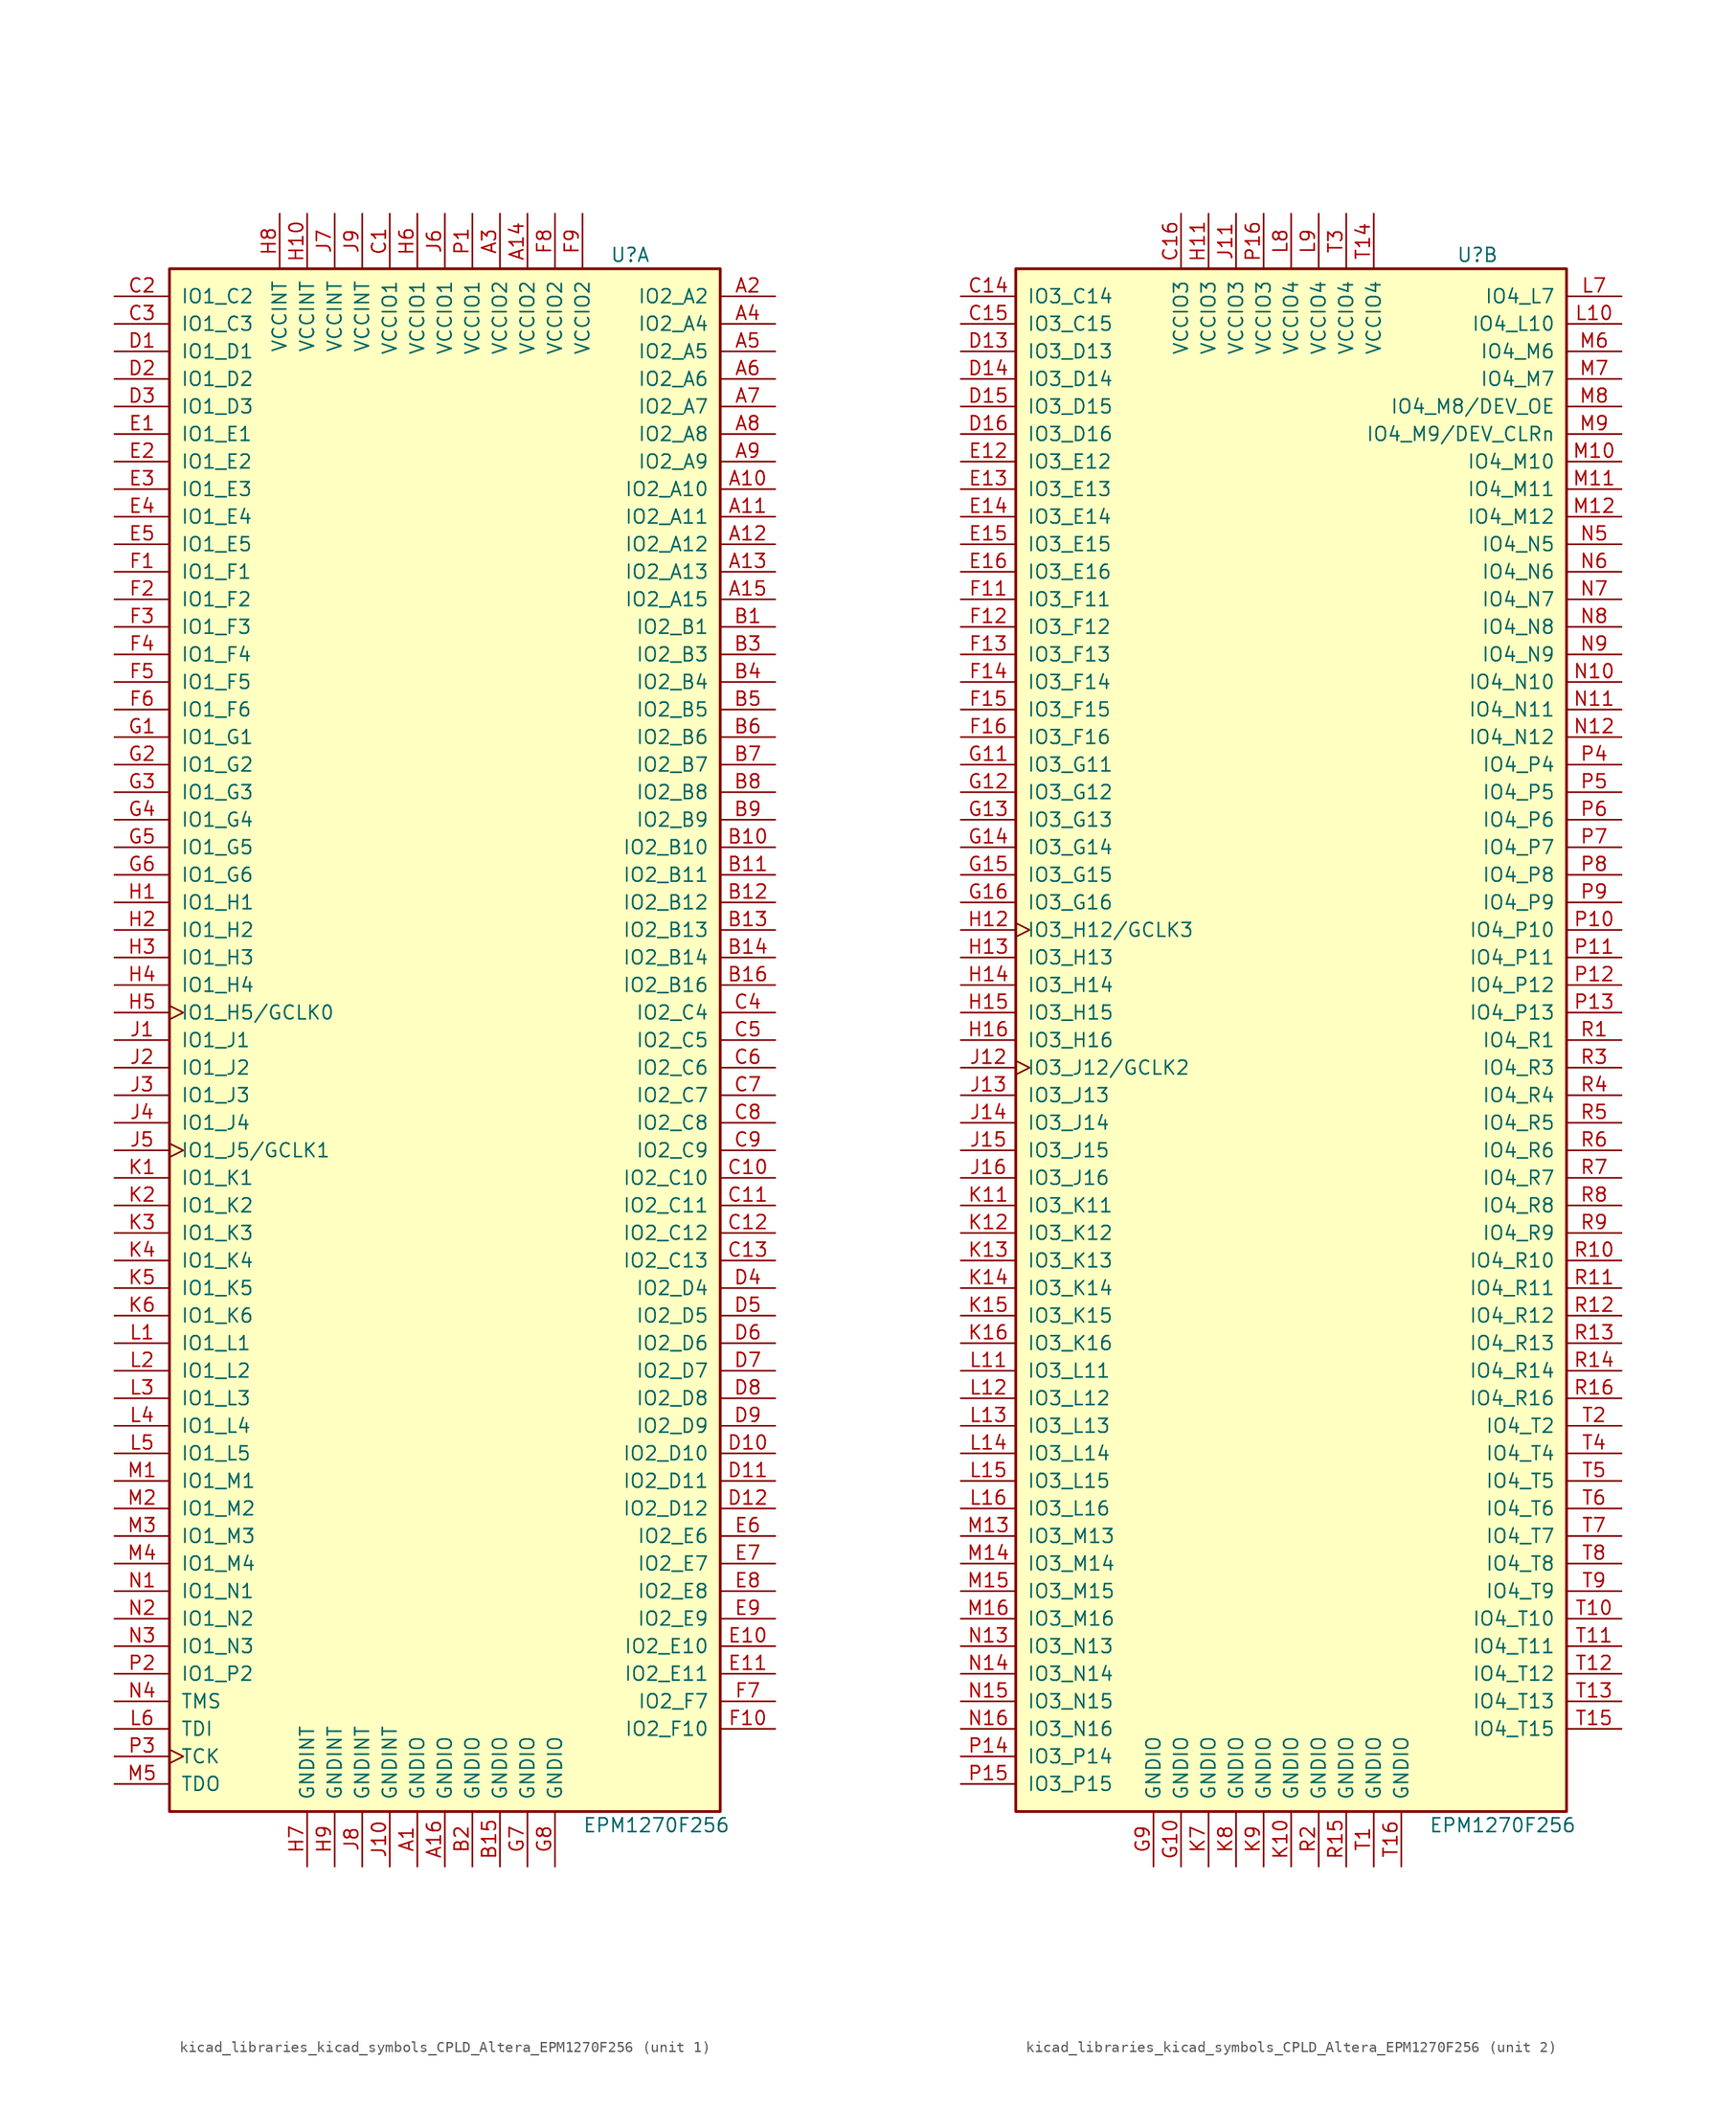
<source format=kicad_sym>
(kicad_symbol_lib
  (version 20220914)
  (generator kicad_symbol_editor)
  (symbol "kicad_libraries_kicad_symbols_CPLD_Altera_EPM1270F256"
    (pin_names
      (offset 1.016))
    (property "Reference" "U"
      (at 15.24 72.39 0)
      (effects (font (size 1.27 1.27)) (justify left)))
    (property "Value" "EPM1270F256"
      (at 12.7 -72.39 0)
      (effects (font (size 1.27 1.27)) (justify left)))
    (property "ki_locked" ""
      (at 0 0 0)
      (effects (font (size 1.27 1.27))))
    (symbol "kicad_libraries_kicad_symbols_CPLD_Altera_EPM1270F256_1_1"
      (rectangle (start -25.4 71.12) (end 25.4 -71.12) (stroke (width 0.254) (type default)) (fill (type background)))
      (pin power_in line (at -2.54 -76.2 90) (length 5.08) (name "GNDIO" (effects (font (size 1.27 1.27)))) (number "A1" (effects (font (size 1.27 1.27)))))
      (pin bidirectional line (at 30.48 50.8 180) (length 5.08) (name "IO2_A10" (effects (font (size 1.27 1.27)))) (number "A10" (effects (font (size 1.27 1.27)))))
      (pin bidirectional line (at 30.48 48.26 180) (length 5.08) (name "IO2_A11" (effects (font (size 1.27 1.27)))) (number "A11" (effects (font (size 1.27 1.27)))))
      (pin bidirectional line (at 30.48 45.72 180) (length 5.08) (name "IO2_A12" (effects (font (size 1.27 1.27)))) (number "A12" (effects (font (size 1.27 1.27)))))
      (pin bidirectional line (at 30.48 43.18 180) (length 5.08) (name "IO2_A13" (effects (font (size 1.27 1.27)))) (number "A13" (effects (font (size 1.27 1.27)))))
      (pin power_in line (at 7.62 76.2 270) (length 5.08) (name "VCCIO2" (effects (font (size 1.27 1.27)))) (number "A14" (effects (font (size 1.27 1.27)))))
      (pin bidirectional line (at 30.48 40.64 180) (length 5.08) (name "IO2_A15" (effects (font (size 1.27 1.27)))) (number "A15" (effects (font (size 1.27 1.27)))))
      (pin power_in line (at 0 -76.2 90) (length 5.08) (name "GNDIO" (effects (font (size 1.27 1.27)))) (number "A16" (effects (font (size 1.27 1.27)))))
      (pin bidirectional line (at 30.48 68.58 180) (length 5.08) (name "IO2_A2" (effects (font (size 1.27 1.27)))) (number "A2" (effects (font (size 1.27 1.27)))))
      (pin power_in line (at 5.08 76.2 270) (length 5.08) (name "VCCIO2" (effects (font (size 1.27 1.27)))) (number "A3" (effects (font (size 1.27 1.27)))))
      (pin bidirectional line (at 30.48 66.04 180) (length 5.08) (name "IO2_A4" (effects (font (size 1.27 1.27)))) (number "A4" (effects (font (size 1.27 1.27)))))
      (pin bidirectional line (at 30.48 63.5 180) (length 5.08) (name "IO2_A5" (effects (font (size 1.27 1.27)))) (number "A5" (effects (font (size 1.27 1.27)))))
      (pin bidirectional line (at 30.48 60.96 180) (length 5.08) (name "IO2_A6" (effects (font (size 1.27 1.27)))) (number "A6" (effects (font (size 1.27 1.27)))))
      (pin bidirectional line (at 30.48 58.42 180) (length 5.08) (name "IO2_A7" (effects (font (size 1.27 1.27)))) (number "A7" (effects (font (size 1.27 1.27)))))
      (pin bidirectional line (at 30.48 55.88 180) (length 5.08) (name "IO2_A8" (effects (font (size 1.27 1.27)))) (number "A8" (effects (font (size 1.27 1.27)))))
      (pin bidirectional line (at 30.48 53.34 180) (length 5.08) (name "IO2_A9" (effects (font (size 1.27 1.27)))) (number "A9" (effects (font (size 1.27 1.27)))))
      (pin bidirectional line (at 30.48 38.1 180) (length 5.08) (name "IO2_B1" (effects (font (size 1.27 1.27)))) (number "B1" (effects (font (size 1.27 1.27)))))
      (pin bidirectional line (at 30.48 17.78 180) (length 5.08) (name "IO2_B10" (effects (font (size 1.27 1.27)))) (number "B10" (effects (font (size 1.27 1.27)))))
      (pin bidirectional line (at 30.48 15.24 180) (length 5.08) (name "IO2_B11" (effects (font (size 1.27 1.27)))) (number "B11" (effects (font (size 1.27 1.27)))))
      (pin bidirectional line (at 30.48 12.7 180) (length 5.08) (name "IO2_B12" (effects (font (size 1.27 1.27)))) (number "B12" (effects (font (size 1.27 1.27)))))
      (pin bidirectional line (at 30.48 10.16 180) (length 5.08) (name "IO2_B13" (effects (font (size 1.27 1.27)))) (number "B13" (effects (font (size 1.27 1.27)))))
      (pin bidirectional line (at 30.48 7.62 180) (length 5.08) (name "IO2_B14" (effects (font (size 1.27 1.27)))) (number "B14" (effects (font (size 1.27 1.27)))))
      (pin power_in line (at 5.08 -76.2 90) (length 5.08) (name "GNDIO" (effects (font (size 1.27 1.27)))) (number "B15" (effects (font (size 1.27 1.27)))))
      (pin bidirectional line (at 30.48 5.08 180) (length 5.08) (name "IO2_B16" (effects (font (size 1.27 1.27)))) (number "B16" (effects (font (size 1.27 1.27)))))
      (pin power_in line (at 2.54 -76.2 90) (length 5.08) (name "GNDIO" (effects (font (size 1.27 1.27)))) (number "B2" (effects (font (size 1.27 1.27)))))
      (pin bidirectional line (at 30.48 35.56 180) (length 5.08) (name "IO2_B3" (effects (font (size 1.27 1.27)))) (number "B3" (effects (font (size 1.27 1.27)))))
      (pin bidirectional line (at 30.48 33.02 180) (length 5.08) (name "IO2_B4" (effects (font (size 1.27 1.27)))) (number "B4" (effects (font (size 1.27 1.27)))))
      (pin bidirectional line (at 30.48 30.48 180) (length 5.08) (name "IO2_B5" (effects (font (size 1.27 1.27)))) (number "B5" (effects (font (size 1.27 1.27)))))
      (pin bidirectional line (at 30.48 27.94 180) (length 5.08) (name "IO2_B6" (effects (font (size 1.27 1.27)))) (number "B6" (effects (font (size 1.27 1.27)))))
      (pin bidirectional line (at 30.48 25.4 180) (length 5.08) (name "IO2_B7" (effects (font (size 1.27 1.27)))) (number "B7" (effects (font (size 1.27 1.27)))))
      (pin bidirectional line (at 30.48 22.86 180) (length 5.08) (name "IO2_B8" (effects (font (size 1.27 1.27)))) (number "B8" (effects (font (size 1.27 1.27)))))
      (pin bidirectional line (at 30.48 20.32 180) (length 5.08) (name "IO2_B9" (effects (font (size 1.27 1.27)))) (number "B9" (effects (font (size 1.27 1.27)))))
      (pin power_in line (at -5.08 76.2 270) (length 5.08) (name "VCCIO1" (effects (font (size 1.27 1.27)))) (number "C1" (effects (font (size 1.27 1.27)))))
      (pin bidirectional line (at 30.48 -12.7 180) (length 5.08) (name "IO2_C10" (effects (font (size 1.27 1.27)))) (number "C10" (effects (font (size 1.27 1.27)))))
      (pin bidirectional line (at 30.48 -15.24 180) (length 5.08) (name "IO2_C11" (effects (font (size 1.27 1.27)))) (number "C11" (effects (font (size 1.27 1.27)))))
      (pin bidirectional line (at 30.48 -17.78 180) (length 5.08) (name "IO2_C12" (effects (font (size 1.27 1.27)))) (number "C12" (effects (font (size 1.27 1.27)))))
      (pin bidirectional line (at 30.48 -20.32 180) (length 5.08) (name "IO2_C13" (effects (font (size 1.27 1.27)))) (number "C13" (effects (font (size 1.27 1.27)))))
      (pin bidirectional line (at -30.48 68.58 0) (length 5.08) (name "IO1_C2" (effects (font (size 1.27 1.27)))) (number "C2" (effects (font (size 1.27 1.27)))))
      (pin bidirectional line (at -30.48 66.04 0) (length 5.08) (name "IO1_C3" (effects (font (size 1.27 1.27)))) (number "C3" (effects (font (size 1.27 1.27)))))
      (pin bidirectional line (at 30.48 2.54 180) (length 5.08) (name "IO2_C4" (effects (font (size 1.27 1.27)))) (number "C4" (effects (font (size 1.27 1.27)))))
      (pin bidirectional line (at 30.48 0 180) (length 5.08) (name "IO2_C5" (effects (font (size 1.27 1.27)))) (number "C5" (effects (font (size 1.27 1.27)))))
      (pin bidirectional line (at 30.48 -2.54 180) (length 5.08) (name "IO2_C6" (effects (font (size 1.27 1.27)))) (number "C6" (effects (font (size 1.27 1.27)))))
      (pin bidirectional line (at 30.48 -5.08 180) (length 5.08) (name "IO2_C7" (effects (font (size 1.27 1.27)))) (number "C7" (effects (font (size 1.27 1.27)))))
      (pin bidirectional line (at 30.48 -7.62 180) (length 5.08) (name "IO2_C8" (effects (font (size 1.27 1.27)))) (number "C8" (effects (font (size 1.27 1.27)))))
      (pin bidirectional line (at 30.48 -10.16 180) (length 5.08) (name "IO2_C9" (effects (font (size 1.27 1.27)))) (number "C9" (effects (font (size 1.27 1.27)))))
      (pin bidirectional line (at -30.48 63.5 0) (length 5.08) (name "IO1_D1" (effects (font (size 1.27 1.27)))) (number "D1" (effects (font (size 1.27 1.27)))))
      (pin bidirectional line (at 30.48 -38.1 180) (length 5.08) (name "IO2_D10" (effects (font (size 1.27 1.27)))) (number "D10" (effects (font (size 1.27 1.27)))))
      (pin bidirectional line (at 30.48 -40.64 180) (length 5.08) (name "IO2_D11" (effects (font (size 1.27 1.27)))) (number "D11" (effects (font (size 1.27 1.27)))))
      (pin bidirectional line (at 30.48 -43.18 180) (length 5.08) (name "IO2_D12" (effects (font (size 1.27 1.27)))) (number "D12" (effects (font (size 1.27 1.27)))))
      (pin bidirectional line (at -30.48 60.96 0) (length 5.08) (name "IO1_D2" (effects (font (size 1.27 1.27)))) (number "D2" (effects (font (size 1.27 1.27)))))
      (pin bidirectional line (at -30.48 58.42 0) (length 5.08) (name "IO1_D3" (effects (font (size 1.27 1.27)))) (number "D3" (effects (font (size 1.27 1.27)))))
      (pin bidirectional line (at 30.48 -22.86 180) (length 5.08) (name "IO2_D4" (effects (font (size 1.27 1.27)))) (number "D4" (effects (font (size 1.27 1.27)))))
      (pin bidirectional line (at 30.48 -25.4 180) (length 5.08) (name "IO2_D5" (effects (font (size 1.27 1.27)))) (number "D5" (effects (font (size 1.27 1.27)))))
      (pin bidirectional line (at 30.48 -27.94 180) (length 5.08) (name "IO2_D6" (effects (font (size 1.27 1.27)))) (number "D6" (effects (font (size 1.27 1.27)))))
      (pin bidirectional line (at 30.48 -30.48 180) (length 5.08) (name "IO2_D7" (effects (font (size 1.27 1.27)))) (number "D7" (effects (font (size 1.27 1.27)))))
      (pin bidirectional line (at 30.48 -33.02 180) (length 5.08) (name "IO2_D8" (effects (font (size 1.27 1.27)))) (number "D8" (effects (font (size 1.27 1.27)))))
      (pin bidirectional line (at 30.48 -35.56 180) (length 5.08) (name "IO2_D9" (effects (font (size 1.27 1.27)))) (number "D9" (effects (font (size 1.27 1.27)))))
      (pin bidirectional line (at -30.48 55.88 0) (length 5.08) (name "IO1_E1" (effects (font (size 1.27 1.27)))) (number "E1" (effects (font (size 1.27 1.27)))))
      (pin bidirectional line (at 30.48 -55.88 180) (length 5.08) (name "IO2_E10" (effects (font (size 1.27 1.27)))) (number "E10" (effects (font (size 1.27 1.27)))))
      (pin bidirectional line (at 30.48 -58.42 180) (length 5.08) (name "IO2_E11" (effects (font (size 1.27 1.27)))) (number "E11" (effects (font (size 1.27 1.27)))))
      (pin bidirectional line (at -30.48 53.34 0) (length 5.08) (name "IO1_E2" (effects (font (size 1.27 1.27)))) (number "E2" (effects (font (size 1.27 1.27)))))
      (pin bidirectional line (at -30.48 50.8 0) (length 5.08) (name "IO1_E3" (effects (font (size 1.27 1.27)))) (number "E3" (effects (font (size 1.27 1.27)))))
      (pin bidirectional line (at -30.48 48.26 0) (length 5.08) (name "IO1_E4" (effects (font (size 1.27 1.27)))) (number "E4" (effects (font (size 1.27 1.27)))))
      (pin bidirectional line (at -30.48 45.72 0) (length 5.08) (name "IO1_E5" (effects (font (size 1.27 1.27)))) (number "E5" (effects (font (size 1.27 1.27)))))
      (pin bidirectional line (at 30.48 -45.72 180) (length 5.08) (name "IO2_E6" (effects (font (size 1.27 1.27)))) (number "E6" (effects (font (size 1.27 1.27)))))
      (pin bidirectional line (at 30.48 -48.26 180) (length 5.08) (name "IO2_E7" (effects (font (size 1.27 1.27)))) (number "E7" (effects (font (size 1.27 1.27)))))
      (pin bidirectional line (at 30.48 -50.8 180) (length 5.08) (name "IO2_E8" (effects (font (size 1.27 1.27)))) (number "E8" (effects (font (size 1.27 1.27)))))
      (pin bidirectional line (at 30.48 -53.34 180) (length 5.08) (name "IO2_E9" (effects (font (size 1.27 1.27)))) (number "E9" (effects (font (size 1.27 1.27)))))
      (pin bidirectional line (at -30.48 43.18 0) (length 5.08) (name "IO1_F1" (effects (font (size 1.27 1.27)))) (number "F1" (effects (font (size 1.27 1.27)))))
      (pin bidirectional line (at 30.48 -63.5 180) (length 5.08) (name "IO2_F10" (effects (font (size 1.27 1.27)))) (number "F10" (effects (font (size 1.27 1.27)))))
      (pin bidirectional line (at -30.48 40.64 0) (length 5.08) (name "IO1_F2" (effects (font (size 1.27 1.27)))) (number "F2" (effects (font (size 1.27 1.27)))))
      (pin bidirectional line (at -30.48 38.1 0) (length 5.08) (name "IO1_F3" (effects (font (size 1.27 1.27)))) (number "F3" (effects (font (size 1.27 1.27)))))
      (pin bidirectional line (at -30.48 35.56 0) (length 5.08) (name "IO1_F4" (effects (font (size 1.27 1.27)))) (number "F4" (effects (font (size 1.27 1.27)))))
      (pin bidirectional line (at -30.48 33.02 0) (length 5.08) (name "IO1_F5" (effects (font (size 1.27 1.27)))) (number "F5" (effects (font (size 1.27 1.27)))))
      (pin bidirectional line (at -30.48 30.48 0) (length 5.08) (name "IO1_F6" (effects (font (size 1.27 1.27)))) (number "F6" (effects (font (size 1.27 1.27)))))
      (pin bidirectional line (at 30.48 -60.96 180) (length 5.08) (name "IO2_F7" (effects (font (size 1.27 1.27)))) (number "F7" (effects (font (size 1.27 1.27)))))
      (pin power_in line (at 10.16 76.2 270) (length 5.08) (name "VCCIO2" (effects (font (size 1.27 1.27)))) (number "F8" (effects (font (size 1.27 1.27)))))
      (pin power_in line (at 12.7 76.2 270) (length 5.08) (name "VCCIO2" (effects (font (size 1.27 1.27)))) (number "F9" (effects (font (size 1.27 1.27)))))
      (pin bidirectional line (at -30.48 27.94 0) (length 5.08) (name "IO1_G1" (effects (font (size 1.27 1.27)))) (number "G1" (effects (font (size 1.27 1.27)))))
      (pin bidirectional line (at -30.48 25.4 0) (length 5.08) (name "IO1_G2" (effects (font (size 1.27 1.27)))) (number "G2" (effects (font (size 1.27 1.27)))))
      (pin bidirectional line (at -30.48 22.86 0) (length 5.08) (name "IO1_G3" (effects (font (size 1.27 1.27)))) (number "G3" (effects (font (size 1.27 1.27)))))
      (pin bidirectional line (at -30.48 20.32 0) (length 5.08) (name "IO1_G4" (effects (font (size 1.27 1.27)))) (number "G4" (effects (font (size 1.27 1.27)))))
      (pin bidirectional line (at -30.48 17.78 0) (length 5.08) (name "IO1_G5" (effects (font (size 1.27 1.27)))) (number "G5" (effects (font (size 1.27 1.27)))))
      (pin bidirectional line (at -30.48 15.24 0) (length 5.08) (name "IO1_G6" (effects (font (size 1.27 1.27)))) (number "G6" (effects (font (size 1.27 1.27)))))
      (pin power_in line (at 7.62 -76.2 90) (length 5.08) (name "GNDIO" (effects (font (size 1.27 1.27)))) (number "G7" (effects (font (size 1.27 1.27)))))
      (pin power_in line (at 10.16 -76.2 90) (length 5.08) (name "GNDIO" (effects (font (size 1.27 1.27)))) (number "G8" (effects (font (size 1.27 1.27)))))
      (pin bidirectional line (at -30.48 12.7 0) (length 5.08) (name "IO1_H1" (effects (font (size 1.27 1.27)))) (number "H1" (effects (font (size 1.27 1.27)))))
      (pin power_in line (at -12.7 76.2 270) (length 5.08) (name "VCCINT" (effects (font (size 1.27 1.27)))) (number "H10" (effects (font (size 1.27 1.27)))))
      (pin bidirectional line (at -30.48 10.16 0) (length 5.08) (name "IO1_H2" (effects (font (size 1.27 1.27)))) (number "H2" (effects (font (size 1.27 1.27)))))
      (pin bidirectional line (at -30.48 7.62 0) (length 5.08) (name "IO1_H3" (effects (font (size 1.27 1.27)))) (number "H3" (effects (font (size 1.27 1.27)))))
      (pin bidirectional line (at -30.48 5.08 0) (length 5.08) (name "IO1_H4" (effects (font (size 1.27 1.27)))) (number "H4" (effects (font (size 1.27 1.27)))))
      (pin bidirectional clock (at -30.48 2.54 0) (length 5.08) (name "IO1_H5/GCLK0" (effects (font (size 1.27 1.27)))) (number "H5" (effects (font (size 1.27 1.27)))))
      (pin power_in line (at -2.54 76.2 270) (length 5.08) (name "VCCIO1" (effects (font (size 1.27 1.27)))) (number "H6" (effects (font (size 1.27 1.27)))))
      (pin power_in line (at -12.7 -76.2 90) (length 5.08) (name "GNDINT" (effects (font (size 1.27 1.27)))) (number "H7" (effects (font (size 1.27 1.27)))))
      (pin power_in line (at -15.24 76.2 270) (length 5.08) (name "VCCINT" (effects (font (size 1.27 1.27)))) (number "H8" (effects (font (size 1.27 1.27)))))
      (pin power_in line (at -10.16 -76.2 90) (length 5.08) (name "GNDINT" (effects (font (size 1.27 1.27)))) (number "H9" (effects (font (size 1.27 1.27)))))
      (pin bidirectional line (at -30.48 0 0) (length 5.08) (name "IO1_J1" (effects (font (size 1.27 1.27)))) (number "J1" (effects (font (size 1.27 1.27)))))
      (pin power_in line (at -5.08 -76.2 90) (length 5.08) (name "GNDINT" (effects (font (size 1.27 1.27)))) (number "J10" (effects (font (size 1.27 1.27)))))
      (pin bidirectional line (at -30.48 -2.54 0) (length 5.08) (name "IO1_J2" (effects (font (size 1.27 1.27)))) (number "J2" (effects (font (size 1.27 1.27)))))
      (pin bidirectional line (at -30.48 -5.08 0) (length 5.08) (name "IO1_J3" (effects (font (size 1.27 1.27)))) (number "J3" (effects (font (size 1.27 1.27)))))
      (pin bidirectional line (at -30.48 -7.62 0) (length 5.08) (name "IO1_J4" (effects (font (size 1.27 1.27)))) (number "J4" (effects (font (size 1.27 1.27)))))
      (pin bidirectional clock (at -30.48 -10.16 0) (length 5.08) (name "IO1_J5/GCLK1" (effects (font (size 1.27 1.27)))) (number "J5" (effects (font (size 1.27 1.27)))))
      (pin power_in line (at 0 76.2 270) (length 5.08) (name "VCCIO1" (effects (font (size 1.27 1.27)))) (number "J6" (effects (font (size 1.27 1.27)))))
      (pin power_in line (at -10.16 76.2 270) (length 5.08) (name "VCCINT" (effects (font (size 1.27 1.27)))) (number "J7" (effects (font (size 1.27 1.27)))))
      (pin power_in line (at -7.62 -76.2 90) (length 5.08) (name "GNDINT" (effects (font (size 1.27 1.27)))) (number "J8" (effects (font (size 1.27 1.27)))))
      (pin power_in line (at -7.62 76.2 270) (length 5.08) (name "VCCINT" (effects (font (size 1.27 1.27)))) (number "J9" (effects (font (size 1.27 1.27)))))
      (pin bidirectional line (at -30.48 -12.7 0) (length 5.08) (name "IO1_K1" (effects (font (size 1.27 1.27)))) (number "K1" (effects (font (size 1.27 1.27)))))
      (pin bidirectional line (at -30.48 -15.24 0) (length 5.08) (name "IO1_K2" (effects (font (size 1.27 1.27)))) (number "K2" (effects (font (size 1.27 1.27)))))
      (pin bidirectional line (at -30.48 -17.78 0) (length 5.08) (name "IO1_K3" (effects (font (size 1.27 1.27)))) (number "K3" (effects (font (size 1.27 1.27)))))
      (pin bidirectional line (at -30.48 -20.32 0) (length 5.08) (name "IO1_K4" (effects (font (size 1.27 1.27)))) (number "K4" (effects (font (size 1.27 1.27)))))
      (pin bidirectional line (at -30.48 -22.86 0) (length 5.08) (name "IO1_K5" (effects (font (size 1.27 1.27)))) (number "K5" (effects (font (size 1.27 1.27)))))
      (pin bidirectional line (at -30.48 -25.4 0) (length 5.08) (name "IO1_K6" (effects (font (size 1.27 1.27)))) (number "K6" (effects (font (size 1.27 1.27)))))
      (pin bidirectional line (at -30.48 -27.94 0) (length 5.08) (name "IO1_L1" (effects (font (size 1.27 1.27)))) (number "L1" (effects (font (size 1.27 1.27)))))
      (pin bidirectional line (at -30.48 -30.48 0) (length 5.08) (name "IO1_L2" (effects (font (size 1.27 1.27)))) (number "L2" (effects (font (size 1.27 1.27)))))
      (pin bidirectional line (at -30.48 -33.02 0) (length 5.08) (name "IO1_L3" (effects (font (size 1.27 1.27)))) (number "L3" (effects (font (size 1.27 1.27)))))
      (pin bidirectional line (at -30.48 -35.56 0) (length 5.08) (name "IO1_L4" (effects (font (size 1.27 1.27)))) (number "L4" (effects (font (size 1.27 1.27)))))
      (pin bidirectional line (at -30.48 -38.1 0) (length 5.08) (name "IO1_L5" (effects (font (size 1.27 1.27)))) (number "L5" (effects (font (size 1.27 1.27)))))
      (pin input line (at -30.48 -63.5 0) (length 5.08) (name "TDI" (effects (font (size 1.27 1.27)))) (number "L6" (effects (font (size 1.27 1.27)))))
      (pin bidirectional line (at -30.48 -40.64 0) (length 5.08) (name "IO1_M1" (effects (font (size 1.27 1.27)))) (number "M1" (effects (font (size 1.27 1.27)))))
      (pin bidirectional line (at -30.48 -43.18 0) (length 5.08) (name "IO1_M2" (effects (font (size 1.27 1.27)))) (number "M2" (effects (font (size 1.27 1.27)))))
      (pin bidirectional line (at -30.48 -45.72 0) (length 5.08) (name "IO1_M3" (effects (font (size 1.27 1.27)))) (number "M3" (effects (font (size 1.27 1.27)))))
      (pin bidirectional line (at -30.48 -48.26 0) (length 5.08) (name "IO1_M4" (effects (font (size 1.27 1.27)))) (number "M4" (effects (font (size 1.27 1.27)))))
      (pin output line (at -30.48 -68.58 0) (length 5.08) (name "TDO" (effects (font (size 1.27 1.27)))) (number "M5" (effects (font (size 1.27 1.27)))))
      (pin bidirectional line (at -30.48 -50.8 0) (length 5.08) (name "IO1_N1" (effects (font (size 1.27 1.27)))) (number "N1" (effects (font (size 1.27 1.27)))))
      (pin bidirectional line (at -30.48 -53.34 0) (length 5.08) (name "IO1_N2" (effects (font (size 1.27 1.27)))) (number "N2" (effects (font (size 1.27 1.27)))))
      (pin bidirectional line (at -30.48 -55.88 0) (length 5.08) (name "IO1_N3" (effects (font (size 1.27 1.27)))) (number "N3" (effects (font (size 1.27 1.27)))))
      (pin input line (at -30.48 -60.96 0) (length 5.08) (name "TMS" (effects (font (size 1.27 1.27)))) (number "N4" (effects (font (size 1.27 1.27)))))
      (pin power_in line (at 2.54 76.2 270) (length 5.08) (name "VCCIO1" (effects (font (size 1.27 1.27)))) (number "P1" (effects (font (size 1.27 1.27)))))
      (pin bidirectional line (at -30.48 -58.42 0) (length 5.08) (name "IO1_P2" (effects (font (size 1.27 1.27)))) (number "P2" (effects (font (size 1.27 1.27)))))
      (pin input clock (at -30.48 -66.04 0) (length 5.08) (name "TCK" (effects (font (size 1.27 1.27)))) (number "P3" (effects (font (size 1.27 1.27))))))
    (symbol "kicad_libraries_kicad_symbols_CPLD_Altera_EPM1270F256_2_1"
      (rectangle (start -25.4 71.12) (end 25.4 -71.12) (stroke (width 0.254) (type default)) (fill (type background)))
      (pin bidirectional line (at -30.48 68.58 0) (length 5.08) (name "IO3_C14" (effects (font (size 1.27 1.27)))) (number "C14" (effects (font (size 1.27 1.27)))))
      (pin bidirectional line (at -30.48 66.04 0) (length 5.08) (name "IO3_C15" (effects (font (size 1.27 1.27)))) (number "C15" (effects (font (size 1.27 1.27)))))
      (pin power_in line (at -10.16 76.2 270) (length 5.08) (name "VCCIO3" (effects (font (size 1.27 1.27)))) (number "C16" (effects (font (size 1.27 1.27)))))
      (pin bidirectional line (at -30.48 63.5 0) (length 5.08) (name "IO3_D13" (effects (font (size 1.27 1.27)))) (number "D13" (effects (font (size 1.27 1.27)))))
      (pin bidirectional line (at -30.48 60.96 0) (length 5.08) (name "IO3_D14" (effects (font (size 1.27 1.27)))) (number "D14" (effects (font (size 1.27 1.27)))))
      (pin bidirectional line (at -30.48 58.42 0) (length 5.08) (name "IO3_D15" (effects (font (size 1.27 1.27)))) (number "D15" (effects (font (size 1.27 1.27)))))
      (pin bidirectional line (at -30.48 55.88 0) (length 5.08) (name "IO3_D16" (effects (font (size 1.27 1.27)))) (number "D16" (effects (font (size 1.27 1.27)))))
      (pin bidirectional line (at -30.48 53.34 0) (length 5.08) (name "IO3_E12" (effects (font (size 1.27 1.27)))) (number "E12" (effects (font (size 1.27 1.27)))))
      (pin bidirectional line (at -30.48 50.8 0) (length 5.08) (name "IO3_E13" (effects (font (size 1.27 1.27)))) (number "E13" (effects (font (size 1.27 1.27)))))
      (pin bidirectional line (at -30.48 48.26 0) (length 5.08) (name "IO3_E14" (effects (font (size 1.27 1.27)))) (number "E14" (effects (font (size 1.27 1.27)))))
      (pin bidirectional line (at -30.48 45.72 0) (length 5.08) (name "IO3_E15" (effects (font (size 1.27 1.27)))) (number "E15" (effects (font (size 1.27 1.27)))))
      (pin bidirectional line (at -30.48 43.18 0) (length 5.08) (name "IO3_E16" (effects (font (size 1.27 1.27)))) (number "E16" (effects (font (size 1.27 1.27)))))
      (pin bidirectional line (at -30.48 40.64 0) (length 5.08) (name "IO3_F11" (effects (font (size 1.27 1.27)))) (number "F11" (effects (font (size 1.27 1.27)))))
      (pin bidirectional line (at -30.48 38.1 0) (length 5.08) (name "IO3_F12" (effects (font (size 1.27 1.27)))) (number "F12" (effects (font (size 1.27 1.27)))))
      (pin bidirectional line (at -30.48 35.56 0) (length 5.08) (name "IO3_F13" (effects (font (size 1.27 1.27)))) (number "F13" (effects (font (size 1.27 1.27)))))
      (pin bidirectional line (at -30.48 33.02 0) (length 5.08) (name "IO3_F14" (effects (font (size 1.27 1.27)))) (number "F14" (effects (font (size 1.27 1.27)))))
      (pin bidirectional line (at -30.48 30.48 0) (length 5.08) (name "IO3_F15" (effects (font (size 1.27 1.27)))) (number "F15" (effects (font (size 1.27 1.27)))))
      (pin bidirectional line (at -30.48 27.94 0) (length 5.08) (name "IO3_F16" (effects (font (size 1.27 1.27)))) (number "F16" (effects (font (size 1.27 1.27)))))
      (pin power_in line (at -10.16 -76.2 90) (length 5.08) (name "GNDIO" (effects (font (size 1.27 1.27)))) (number "G10" (effects (font (size 1.27 1.27)))))
      (pin bidirectional line (at -30.48 25.4 0) (length 5.08) (name "IO3_G11" (effects (font (size 1.27 1.27)))) (number "G11" (effects (font (size 1.27 1.27)))))
      (pin bidirectional line (at -30.48 22.86 0) (length 5.08) (name "IO3_G12" (effects (font (size 1.27 1.27)))) (number "G12" (effects (font (size 1.27 1.27)))))
      (pin bidirectional line (at -30.48 20.32 0) (length 5.08) (name "IO3_G13" (effects (font (size 1.27 1.27)))) (number "G13" (effects (font (size 1.27 1.27)))))
      (pin bidirectional line (at -30.48 17.78 0) (length 5.08) (name "IO3_G14" (effects (font (size 1.27 1.27)))) (number "G14" (effects (font (size 1.27 1.27)))))
      (pin bidirectional line (at -30.48 15.24 0) (length 5.08) (name "IO3_G15" (effects (font (size 1.27 1.27)))) (number "G15" (effects (font (size 1.27 1.27)))))
      (pin bidirectional line (at -30.48 12.7 0) (length 5.08) (name "IO3_G16" (effects (font (size 1.27 1.27)))) (number "G16" (effects (font (size 1.27 1.27)))))
      (pin power_in line (at -12.7 -76.2 90) (length 5.08) (name "GNDIO" (effects (font (size 1.27 1.27)))) (number "G9" (effects (font (size 1.27 1.27)))))
      (pin power_in line (at -7.62 76.2 270) (length 5.08) (name "VCCIO3" (effects (font (size 1.27 1.27)))) (number "H11" (effects (font (size 1.27 1.27)))))
      (pin bidirectional clock (at -30.48 10.16 0) (length 5.08) (name "IO3_H12/GCLK3" (effects (font (size 1.27 1.27)))) (number "H12" (effects (font (size 1.27 1.27)))))
      (pin bidirectional line (at -30.48 7.62 0) (length 5.08) (name "IO3_H13" (effects (font (size 1.27 1.27)))) (number "H13" (effects (font (size 1.27 1.27)))))
      (pin bidirectional line (at -30.48 5.08 0) (length 5.08) (name "IO3_H14" (effects (font (size 1.27 1.27)))) (number "H14" (effects (font (size 1.27 1.27)))))
      (pin bidirectional line (at -30.48 2.54 0) (length 5.08) (name "IO3_H15" (effects (font (size 1.27 1.27)))) (number "H15" (effects (font (size 1.27 1.27)))))
      (pin bidirectional line (at -30.48 0 0) (length 5.08) (name "IO3_H16" (effects (font (size 1.27 1.27)))) (number "H16" (effects (font (size 1.27 1.27)))))
      (pin power_in line (at -5.08 76.2 270) (length 5.08) (name "VCCIO3" (effects (font (size 1.27 1.27)))) (number "J11" (effects (font (size 1.27 1.27)))))
      (pin bidirectional clock (at -30.48 -2.54 0) (length 5.08) (name "IO3_J12/GCLK2" (effects (font (size 1.27 1.27)))) (number "J12" (effects (font (size 1.27 1.27)))))
      (pin bidirectional line (at -30.48 -5.08 0) (length 5.08) (name "IO3_J13" (effects (font (size 1.27 1.27)))) (number "J13" (effects (font (size 1.27 1.27)))))
      (pin bidirectional line (at -30.48 -7.62 0) (length 5.08) (name "IO3_J14" (effects (font (size 1.27 1.27)))) (number "J14" (effects (font (size 1.27 1.27)))))
      (pin bidirectional line (at -30.48 -10.16 0) (length 5.08) (name "IO3_J15" (effects (font (size 1.27 1.27)))) (number "J15" (effects (font (size 1.27 1.27)))))
      (pin bidirectional line (at -30.48 -12.7 0) (length 5.08) (name "IO3_J16" (effects (font (size 1.27 1.27)))) (number "J16" (effects (font (size 1.27 1.27)))))
      (pin power_in line (at 0 -76.2 90) (length 5.08) (name "GNDIO" (effects (font (size 1.27 1.27)))) (number "K10" (effects (font (size 1.27 1.27)))))
      (pin bidirectional line (at -30.48 -15.24 0) (length 5.08) (name "IO3_K11" (effects (font (size 1.27 1.27)))) (number "K11" (effects (font (size 1.27 1.27)))))
      (pin bidirectional line (at -30.48 -17.78 0) (length 5.08) (name "IO3_K12" (effects (font (size 1.27 1.27)))) (number "K12" (effects (font (size 1.27 1.27)))))
      (pin bidirectional line (at -30.48 -20.32 0) (length 5.08) (name "IO3_K13" (effects (font (size 1.27 1.27)))) (number "K13" (effects (font (size 1.27 1.27)))))
      (pin bidirectional line (at -30.48 -22.86 0) (length 5.08) (name "IO3_K14" (effects (font (size 1.27 1.27)))) (number "K14" (effects (font (size 1.27 1.27)))))
      (pin bidirectional line (at -30.48 -25.4 0) (length 5.08) (name "IO3_K15" (effects (font (size 1.27 1.27)))) (number "K15" (effects (font (size 1.27 1.27)))))
      (pin bidirectional line (at -30.48 -27.94 0) (length 5.08) (name "IO3_K16" (effects (font (size 1.27 1.27)))) (number "K16" (effects (font (size 1.27 1.27)))))
      (pin power_in line (at -7.62 -76.2 90) (length 5.08) (name "GNDIO" (effects (font (size 1.27 1.27)))) (number "K7" (effects (font (size 1.27 1.27)))))
      (pin power_in line (at -5.08 -76.2 90) (length 5.08) (name "GNDIO" (effects (font (size 1.27 1.27)))) (number "K8" (effects (font (size 1.27 1.27)))))
      (pin power_in line (at -2.54 -76.2 90) (length 5.08) (name "GNDIO" (effects (font (size 1.27 1.27)))) (number "K9" (effects (font (size 1.27 1.27)))))
      (pin bidirectional line (at 30.48 66.04 180) (length 5.08) (name "IO4_L10" (effects (font (size 1.27 1.27)))) (number "L10" (effects (font (size 1.27 1.27)))))
      (pin bidirectional line (at -30.48 -30.48 0) (length 5.08) (name "IO3_L11" (effects (font (size 1.27 1.27)))) (number "L11" (effects (font (size 1.27 1.27)))))
      (pin bidirectional line (at -30.48 -33.02 0) (length 5.08) (name "IO3_L12" (effects (font (size 1.27 1.27)))) (number "L12" (effects (font (size 1.27 1.27)))))
      (pin bidirectional line (at -30.48 -35.56 0) (length 5.08) (name "IO3_L13" (effects (font (size 1.27 1.27)))) (number "L13" (effects (font (size 1.27 1.27)))))
      (pin bidirectional line (at -30.48 -38.1 0) (length 5.08) (name "IO3_L14" (effects (font (size 1.27 1.27)))) (number "L14" (effects (font (size 1.27 1.27)))))
      (pin bidirectional line (at -30.48 -40.64 0) (length 5.08) (name "IO3_L15" (effects (font (size 1.27 1.27)))) (number "L15" (effects (font (size 1.27 1.27)))))
      (pin bidirectional line (at -30.48 -43.18 0) (length 5.08) (name "IO3_L16" (effects (font (size 1.27 1.27)))) (number "L16" (effects (font (size 1.27 1.27)))))
      (pin bidirectional line (at 30.48 68.58 180) (length 5.08) (name "IO4_L7" (effects (font (size 1.27 1.27)))) (number "L7" (effects (font (size 1.27 1.27)))))
      (pin power_in line (at 0 76.2 270) (length 5.08) (name "VCCIO4" (effects (font (size 1.27 1.27)))) (number "L8" (effects (font (size 1.27 1.27)))))
      (pin power_in line (at 2.54 76.2 270) (length 5.08) (name "VCCIO4" (effects (font (size 1.27 1.27)))) (number "L9" (effects (font (size 1.27 1.27)))))
      (pin bidirectional line (at 30.48 53.34 180) (length 5.08) (name "IO4_M10" (effects (font (size 1.27 1.27)))) (number "M10" (effects (font (size 1.27 1.27)))))
      (pin bidirectional line (at 30.48 50.8 180) (length 5.08) (name "IO4_M11" (effects (font (size 1.27 1.27)))) (number "M11" (effects (font (size 1.27 1.27)))))
      (pin bidirectional line (at 30.48 48.26 180) (length 5.08) (name "IO4_M12" (effects (font (size 1.27 1.27)))) (number "M12" (effects (font (size 1.27 1.27)))))
      (pin bidirectional line (at -30.48 -45.72 0) (length 5.08) (name "IO3_M13" (effects (font (size 1.27 1.27)))) (number "M13" (effects (font (size 1.27 1.27)))))
      (pin bidirectional line (at -30.48 -48.26 0) (length 5.08) (name "IO3_M14" (effects (font (size 1.27 1.27)))) (number "M14" (effects (font (size 1.27 1.27)))))
      (pin bidirectional line (at -30.48 -50.8 0) (length 5.08) (name "IO3_M15" (effects (font (size 1.27 1.27)))) (number "M15" (effects (font (size 1.27 1.27)))))
      (pin bidirectional line (at -30.48 -53.34 0) (length 5.08) (name "IO3_M16" (effects (font (size 1.27 1.27)))) (number "M16" (effects (font (size 1.27 1.27)))))
      (pin bidirectional line (at 30.48 63.5 180) (length 5.08) (name "IO4_M6" (effects (font (size 1.27 1.27)))) (number "M6" (effects (font (size 1.27 1.27)))))
      (pin bidirectional line (at 30.48 60.96 180) (length 5.08) (name "IO4_M7" (effects (font (size 1.27 1.27)))) (number "M7" (effects (font (size 1.27 1.27)))))
      (pin bidirectional line (at 30.48 58.42 180) (length 5.08) (name "IO4_M8/DEV_OE" (effects (font (size 1.27 1.27)))) (number "M8" (effects (font (size 1.27 1.27)))))
      (pin bidirectional line (at 30.48 55.88 180) (length 5.08) (name "IO4_M9/DEV_CLRn" (effects (font (size 1.27 1.27)))) (number "M9" (effects (font (size 1.27 1.27)))))
      (pin bidirectional line (at 30.48 33.02 180) (length 5.08) (name "IO4_N10" (effects (font (size 1.27 1.27)))) (number "N10" (effects (font (size 1.27 1.27)))))
      (pin bidirectional line (at 30.48 30.48 180) (length 5.08) (name "IO4_N11" (effects (font (size 1.27 1.27)))) (number "N11" (effects (font (size 1.27 1.27)))))
      (pin bidirectional line (at 30.48 27.94 180) (length 5.08) (name "IO4_N12" (effects (font (size 1.27 1.27)))) (number "N12" (effects (font (size 1.27 1.27)))))
      (pin bidirectional line (at -30.48 -55.88 0) (length 5.08) (name "IO3_N13" (effects (font (size 1.27 1.27)))) (number "N13" (effects (font (size 1.27 1.27)))))
      (pin bidirectional line (at -30.48 -58.42 0) (length 5.08) (name "IO3_N14" (effects (font (size 1.27 1.27)))) (number "N14" (effects (font (size 1.27 1.27)))))
      (pin bidirectional line (at -30.48 -60.96 0) (length 5.08) (name "IO3_N15" (effects (font (size 1.27 1.27)))) (number "N15" (effects (font (size 1.27 1.27)))))
      (pin bidirectional line (at -30.48 -63.5 0) (length 5.08) (name "IO3_N16" (effects (font (size 1.27 1.27)))) (number "N16" (effects (font (size 1.27 1.27)))))
      (pin bidirectional line (at 30.48 45.72 180) (length 5.08) (name "IO4_N5" (effects (font (size 1.27 1.27)))) (number "N5" (effects (font (size 1.27 1.27)))))
      (pin bidirectional line (at 30.48 43.18 180) (length 5.08) (name "IO4_N6" (effects (font (size 1.27 1.27)))) (number "N6" (effects (font (size 1.27 1.27)))))
      (pin bidirectional line (at 30.48 40.64 180) (length 5.08) (name "IO4_N7" (effects (font (size 1.27 1.27)))) (number "N7" (effects (font (size 1.27 1.27)))))
      (pin bidirectional line (at 30.48 38.1 180) (length 5.08) (name "IO4_N8" (effects (font (size 1.27 1.27)))) (number "N8" (effects (font (size 1.27 1.27)))))
      (pin bidirectional line (at 30.48 35.56 180) (length 5.08) (name "IO4_N9" (effects (font (size 1.27 1.27)))) (number "N9" (effects (font (size 1.27 1.27)))))
      (pin bidirectional line (at 30.48 10.16 180) (length 5.08) (name "IO4_P10" (effects (font (size 1.27 1.27)))) (number "P10" (effects (font (size 1.27 1.27)))))
      (pin bidirectional line (at 30.48 7.62 180) (length 5.08) (name "IO4_P11" (effects (font (size 1.27 1.27)))) (number "P11" (effects (font (size 1.27 1.27)))))
      (pin bidirectional line (at 30.48 5.08 180) (length 5.08) (name "IO4_P12" (effects (font (size 1.27 1.27)))) (number "P12" (effects (font (size 1.27 1.27)))))
      (pin bidirectional line (at 30.48 2.54 180) (length 5.08) (name "IO4_P13" (effects (font (size 1.27 1.27)))) (number "P13" (effects (font (size 1.27 1.27)))))
      (pin bidirectional line (at -30.48 -66.04 0) (length 5.08) (name "IO3_P14" (effects (font (size 1.27 1.27)))) (number "P14" (effects (font (size 1.27 1.27)))))
      (pin bidirectional line (at -30.48 -68.58 0) (length 5.08) (name "IO3_P15" (effects (font (size 1.27 1.27)))) (number "P15" (effects (font (size 1.27 1.27)))))
      (pin power_in line (at -2.54 76.2 270) (length 5.08) (name "VCCIO3" (effects (font (size 1.27 1.27)))) (number "P16" (effects (font (size 1.27 1.27)))))
      (pin bidirectional line (at 30.48 25.4 180) (length 5.08) (name "IO4_P4" (effects (font (size 1.27 1.27)))) (number "P4" (effects (font (size 1.27 1.27)))))
      (pin bidirectional line (at 30.48 22.86 180) (length 5.08) (name "IO4_P5" (effects (font (size 1.27 1.27)))) (number "P5" (effects (font (size 1.27 1.27)))))
      (pin bidirectional line (at 30.48 20.32 180) (length 5.08) (name "IO4_P6" (effects (font (size 1.27 1.27)))) (number "P6" (effects (font (size 1.27 1.27)))))
      (pin bidirectional line (at 30.48 17.78 180) (length 5.08) (name "IO4_P7" (effects (font (size 1.27 1.27)))) (number "P7" (effects (font (size 1.27 1.27)))))
      (pin bidirectional line (at 30.48 15.24 180) (length 5.08) (name "IO4_P8" (effects (font (size 1.27 1.27)))) (number "P8" (effects (font (size 1.27 1.27)))))
      (pin bidirectional line (at 30.48 12.7 180) (length 5.08) (name "IO4_P9" (effects (font (size 1.27 1.27)))) (number "P9" (effects (font (size 1.27 1.27)))))
      (pin bidirectional line (at 30.48 0 180) (length 5.08) (name "IO4_R1" (effects (font (size 1.27 1.27)))) (number "R1" (effects (font (size 1.27 1.27)))))
      (pin bidirectional line (at 30.48 -20.32 180) (length 5.08) (name "IO4_R10" (effects (font (size 1.27 1.27)))) (number "R10" (effects (font (size 1.27 1.27)))))
      (pin bidirectional line (at 30.48 -22.86 180) (length 5.08) (name "IO4_R11" (effects (font (size 1.27 1.27)))) (number "R11" (effects (font (size 1.27 1.27)))))
      (pin bidirectional line (at 30.48 -25.4 180) (length 5.08) (name "IO4_R12" (effects (font (size 1.27 1.27)))) (number "R12" (effects (font (size 1.27 1.27)))))
      (pin bidirectional line (at 30.48 -27.94 180) (length 5.08) (name "IO4_R13" (effects (font (size 1.27 1.27)))) (number "R13" (effects (font (size 1.27 1.27)))))
      (pin bidirectional line (at 30.48 -30.48 180) (length 5.08) (name "IO4_R14" (effects (font (size 1.27 1.27)))) (number "R14" (effects (font (size 1.27 1.27)))))
      (pin power_in line (at 5.08 -76.2 90) (length 5.08) (name "GNDIO" (effects (font (size 1.27 1.27)))) (number "R15" (effects (font (size 1.27 1.27)))))
      (pin bidirectional line (at 30.48 -33.02 180) (length 5.08) (name "IO4_R16" (effects (font (size 1.27 1.27)))) (number "R16" (effects (font (size 1.27 1.27)))))
      (pin power_in line (at 2.54 -76.2 90) (length 5.08) (name "GNDIO" (effects (font (size 1.27 1.27)))) (number "R2" (effects (font (size 1.27 1.27)))))
      (pin bidirectional line (at 30.48 -2.54 180) (length 5.08) (name "IO4_R3" (effects (font (size 1.27 1.27)))) (number "R3" (effects (font (size 1.27 1.27)))))
      (pin bidirectional line (at 30.48 -5.08 180) (length 5.08) (name "IO4_R4" (effects (font (size 1.27 1.27)))) (number "R4" (effects (font (size 1.27 1.27)))))
      (pin bidirectional line (at 30.48 -7.62 180) (length 5.08) (name "IO4_R5" (effects (font (size 1.27 1.27)))) (number "R5" (effects (font (size 1.27 1.27)))))
      (pin bidirectional line (at 30.48 -10.16 180) (length 5.08) (name "IO4_R6" (effects (font (size 1.27 1.27)))) (number "R6" (effects (font (size 1.27 1.27)))))
      (pin bidirectional line (at 30.48 -12.7 180) (length 5.08) (name "IO4_R7" (effects (font (size 1.27 1.27)))) (number "R7" (effects (font (size 1.27 1.27)))))
      (pin bidirectional line (at 30.48 -15.24 180) (length 5.08) (name "IO4_R8" (effects (font (size 1.27 1.27)))) (number "R8" (effects (font (size 1.27 1.27)))))
      (pin bidirectional line (at 30.48 -17.78 180) (length 5.08) (name "IO4_R9" (effects (font (size 1.27 1.27)))) (number "R9" (effects (font (size 1.27 1.27)))))
      (pin power_in line (at 7.62 -76.2 90) (length 5.08) (name "GNDIO" (effects (font (size 1.27 1.27)))) (number "T1" (effects (font (size 1.27 1.27)))))
      (pin bidirectional line (at 30.48 -53.34 180) (length 5.08) (name "IO4_T10" (effects (font (size 1.27 1.27)))) (number "T10" (effects (font (size 1.27 1.27)))))
      (pin bidirectional line (at 30.48 -55.88 180) (length 5.08) (name "IO4_T11" (effects (font (size 1.27 1.27)))) (number "T11" (effects (font (size 1.27 1.27)))))
      (pin bidirectional line (at 30.48 -58.42 180) (length 5.08) (name "IO4_T12" (effects (font (size 1.27 1.27)))) (number "T12" (effects (font (size 1.27 1.27)))))
      (pin bidirectional line (at 30.48 -60.96 180) (length 5.08) (name "IO4_T13" (effects (font (size 1.27 1.27)))) (number "T13" (effects (font (size 1.27 1.27)))))
      (pin power_in line (at 7.62 76.2 270) (length 5.08) (name "VCCIO4" (effects (font (size 1.27 1.27)))) (number "T14" (effects (font (size 1.27 1.27)))))
      (pin bidirectional line (at 30.48 -63.5 180) (length 5.08) (name "IO4_T15" (effects (font (size 1.27 1.27)))) (number "T15" (effects (font (size 1.27 1.27)))))
      (pin power_in line (at 10.16 -76.2 90) (length 5.08) (name "GNDIO" (effects (font (size 1.27 1.27)))) (number "T16" (effects (font (size 1.27 1.27)))))
      (pin bidirectional line (at 30.48 -35.56 180) (length 5.08) (name "IO4_T2" (effects (font (size 1.27 1.27)))) (number "T2" (effects (font (size 1.27 1.27)))))
      (pin power_in line (at 5.08 76.2 270) (length 5.08) (name "VCCIO4" (effects (font (size 1.27 1.27)))) (number "T3" (effects (font (size 1.27 1.27)))))
      (pin bidirectional line (at 30.48 -38.1 180) (length 5.08) (name "IO4_T4" (effects (font (size 1.27 1.27)))) (number "T4" (effects (font (size 1.27 1.27)))))
      (pin bidirectional line (at 30.48 -40.64 180) (length 5.08) (name "IO4_T5" (effects (font (size 1.27 1.27)))) (number "T5" (effects (font (size 1.27 1.27)))))
      (pin bidirectional line (at 30.48 -43.18 180) (length 5.08) (name "IO4_T6" (effects (font (size 1.27 1.27)))) (number "T6" (effects (font (size 1.27 1.27)))))
      (pin bidirectional line (at 30.48 -45.72 180) (length 5.08) (name "IO4_T7" (effects (font (size 1.27 1.27)))) (number "T7" (effects (font (size 1.27 1.27)))))
      (pin bidirectional line (at 30.48 -48.26 180) (length 5.08) (name "IO4_T8" (effects (font (size 1.27 1.27)))) (number "T8" (effects (font (size 1.27 1.27)))))
      (pin bidirectional line (at 30.48 -50.8 180) (length 5.08) (name "IO4_T9" (effects (font (size 1.27 1.27)))) (number "T9" (effects (font (size 1.27 1.27))))))))
</source>
